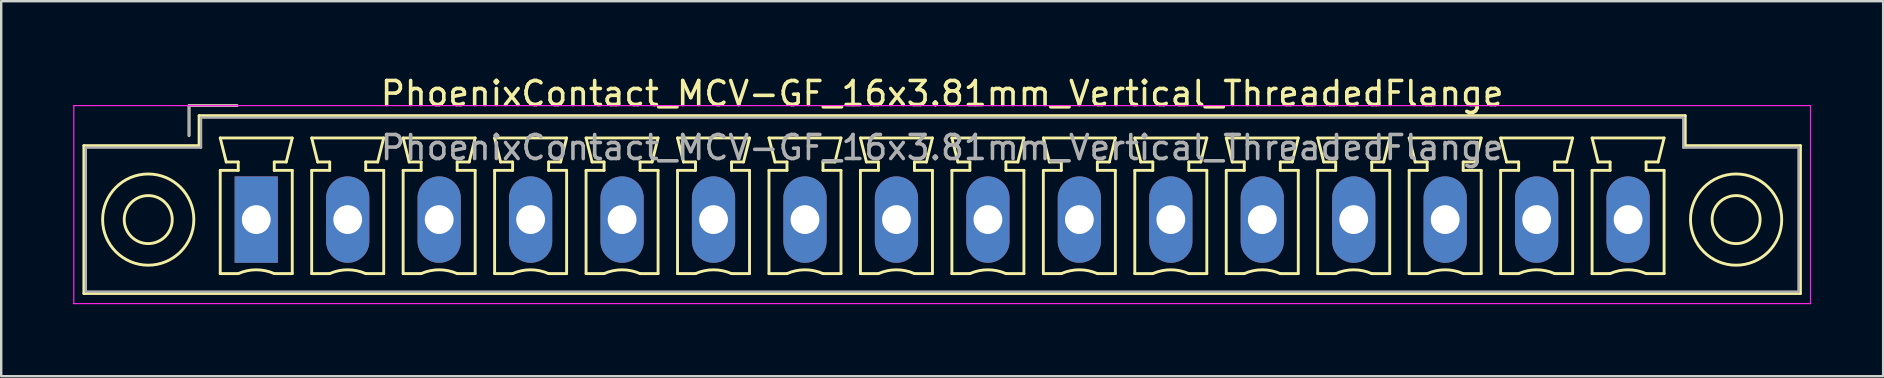
<source format=kicad_pcb>
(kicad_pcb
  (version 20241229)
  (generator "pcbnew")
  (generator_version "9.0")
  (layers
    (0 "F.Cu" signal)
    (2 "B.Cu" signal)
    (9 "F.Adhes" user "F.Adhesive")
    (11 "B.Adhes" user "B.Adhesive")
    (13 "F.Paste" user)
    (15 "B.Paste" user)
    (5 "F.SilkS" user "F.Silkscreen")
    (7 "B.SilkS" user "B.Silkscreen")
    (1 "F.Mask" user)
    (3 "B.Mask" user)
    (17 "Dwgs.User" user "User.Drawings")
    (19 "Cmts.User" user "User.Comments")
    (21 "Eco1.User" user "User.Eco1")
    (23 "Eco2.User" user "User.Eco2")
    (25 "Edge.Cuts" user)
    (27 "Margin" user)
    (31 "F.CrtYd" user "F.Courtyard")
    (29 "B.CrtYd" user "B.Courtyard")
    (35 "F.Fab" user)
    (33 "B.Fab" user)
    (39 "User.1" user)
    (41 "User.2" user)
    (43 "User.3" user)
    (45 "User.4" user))
  (footprint "PhoenixContact_MCV-GF_16x3.81mm_Vertical_ThreadedFlange"
    (layer "F.Cu")
    (at 7.625 6.098)
    (property "Reference" "PhoenixContact_MCV-GF_16x3.81mm_Vertical_ThreadedFlange" (at 28.575 -5.25 0) (layer "F.SilkS") (effects (font (size 1 1) (thickness 0.15))))
    (attr through_hole)
    (fp_line (start -7.18 -3.08) (end -7.18 3.08) (stroke (width 0.12) (type solid)) (layer "F.SilkS"))
    (fp_line (start -7.18 3.08) (end 64.33 3.08) (stroke (width 0.12) (type solid)) (layer "F.SilkS"))
    (fp_line (start -2.8 -4.75) (end -0.8 -4.75) (stroke (width 0.12) (type solid)) (layer "F.SilkS"))
    (fp_line (start -2.8 -3.5) (end -2.8 -4.75) (stroke (width 0.12) (type solid)) (layer "F.SilkS"))
    (fp_line (start -2.38 -4.33) (end -2.38 -3.08) (stroke (width 0.12) (type solid)) (layer "F.SilkS"))
    (fp_line (start -2.38 -3.08) (end -7.18 -3.08) (stroke (width 0.12) (type solid)) (layer "F.SilkS"))
    (fp_line (start -1.5 -3.4) (end 1.5 -3.4) (stroke (width 0.12) (type solid)) (layer "F.SilkS"))
    (fp_line (start -1.5 -2.05) (end -0.75 -2.05) (stroke (width 0.12) (type solid)) (layer "F.SilkS"))
    (fp_line (start -1.5 2.25) (end -1.5 -2.05) (stroke (width 0.12) (type solid)) (layer "F.SilkS"))
    (fp_line (start -1.25 -2.4) (end -1.5 -3.4) (stroke (width 0.12) (type solid)) (layer "F.SilkS"))
    (fp_line (start -0.75 -2.4) (end -1.25 -2.4) (stroke (width 0.12) (type solid)) (layer "F.SilkS"))
    (fp_line (start -0.75 -2.05) (end -0.75 -2.4) (stroke (width 0.12) (type solid)) (layer "F.SilkS"))
    (fp_line (start -0.75 2.25) (end -1.5 2.25) (stroke (width 0.12) (type solid)) (layer "F.SilkS"))
    (fp_line (start 0.75 -2.4) (end 0.75 -2.05) (stroke (width 0.12) (type solid)) (layer "F.SilkS"))
    (fp_line (start 0.75 -2.05) (end 1.5 -2.05) (stroke (width 0.12) (type solid)) (layer "F.SilkS"))
    (fp_line (start 1.25 -2.4) (end 0.75 -2.4) (stroke (width 0.12) (type solid)) (layer "F.SilkS"))
    (fp_line (start 1.5 -3.4) (end 1.25 -2.4) (stroke (width 0.12) (type solid)) (layer "F.SilkS"))
    (fp_line (start 1.5 -2.05) (end 1.5 2.25) (stroke (width 0.12) (type solid)) (layer "F.SilkS"))
    (fp_line (start 1.5 2.25) (end 0.75 2.25) (stroke (width 0.12) (type solid)) (layer "F.SilkS"))
    (fp_line (start 2.31 -3.4) (end 5.31 -3.4) (stroke (width 0.12) (type solid)) (layer "F.SilkS"))
    (fp_line (start 2.31 -2.05) (end 3.06 -2.05) (stroke (width 0.12) (type solid)) (layer "F.SilkS"))
    (fp_line (start 2.31 2.25) (end 2.31 -2.05) (stroke (width 0.12) (type solid)) (layer "F.SilkS"))
    (fp_line (start 2.56 -2.4) (end 2.31 -3.4) (stroke (width 0.12) (type solid)) (layer "F.SilkS"))
    (fp_line (start 3.06 -2.4) (end 2.56 -2.4) (stroke (width 0.12) (type solid)) (layer "F.SilkS"))
    (fp_line (start 3.06 -2.05) (end 3.06 -2.4) (stroke (width 0.12) (type solid)) (layer "F.SilkS"))
    (fp_line (start 3.06 2.25) (end 2.31 2.25) (stroke (width 0.12) (type solid)) (layer "F.SilkS"))
    (fp_line (start 4.56 -2.4) (end 4.56 -2.05) (stroke (width 0.12) (type solid)) (layer "F.SilkS"))
    (fp_line (start 4.56 -2.05) (end 5.31 -2.05) (stroke (width 0.12) (type solid)) (layer "F.SilkS"))
    (fp_line (start 5.06 -2.4) (end 4.56 -2.4) (stroke (width 0.12) (type solid)) (layer "F.SilkS"))
    (fp_line (start 5.31 -3.4) (end 5.06 -2.4) (stroke (width 0.12) (type solid)) (layer "F.SilkS"))
    (fp_line (start 5.31 -2.05) (end 5.31 2.25) (stroke (width 0.12) (type solid)) (layer "F.SilkS"))
    (fp_line (start 5.31 2.25) (end 4.56 2.25) (stroke (width 0.12) (type solid)) (layer "F.SilkS"))
    (fp_line (start 6.12 -3.4) (end 9.12 -3.4) (stroke (width 0.12) (type solid)) (layer "F.SilkS"))
    (fp_line (start 6.12 -2.05) (end 6.87 -2.05) (stroke (width 0.12) (type solid)) (layer "F.SilkS"))
    (fp_line (start 6.12 2.25) (end 6.12 -2.05) (stroke (width 0.12) (type solid)) (layer "F.SilkS"))
    (fp_line (start 6.37 -2.4) (end 6.12 -3.4) (stroke (width 0.12) (type solid)) (layer "F.SilkS"))
    (fp_line (start 6.87 -2.4) (end 6.37 -2.4) (stroke (width 0.12) (type solid)) (layer "F.SilkS"))
    (fp_line (start 6.87 -2.05) (end 6.87 -2.4) (stroke (width 0.12) (type solid)) (layer "F.SilkS"))
    (fp_line (start 6.87 2.25) (end 6.12 2.25) (stroke (width 0.12) (type solid)) (layer "F.SilkS"))
    (fp_line (start 8.37 -2.4) (end 8.37 -2.05) (stroke (width 0.12) (type solid)) (layer "F.SilkS"))
    (fp_line (start 8.37 -2.05) (end 9.12 -2.05) (stroke (width 0.12) (type solid)) (layer "F.SilkS"))
    (fp_line (start 8.87 -2.4) (end 8.37 -2.4) (stroke (width 0.12) (type solid)) (layer "F.SilkS"))
    (fp_line (start 9.12 -3.4) (end 8.87 -2.4) (stroke (width 0.12) (type solid)) (layer "F.SilkS"))
    (fp_line (start 9.12 -2.05) (end 9.12 2.25) (stroke (width 0.12) (type solid)) (layer "F.SilkS"))
    (fp_line (start 9.12 2.25) (end 8.37 2.25) (stroke (width 0.12) (type solid)) (layer "F.SilkS"))
    (fp_line (start 9.93 -3.4) (end 12.93 -3.4) (stroke (width 0.12) (type solid)) (layer "F.SilkS"))
    (fp_line (start 9.93 -2.05) (end 10.68 -2.05) (stroke (width 0.12) (type solid)) (layer "F.SilkS"))
    (fp_line (start 9.93 2.25) (end 9.93 -2.05) (stroke (width 0.12) (type solid)) (layer "F.SilkS"))
    (fp_line (start 10.18 -2.4) (end 9.93 -3.4) (stroke (width 0.12) (type solid)) (layer "F.SilkS"))
    (fp_line (start 10.68 -2.4) (end 10.18 -2.4) (stroke (width 0.12) (type solid)) (layer "F.SilkS"))
    (fp_line (start 10.68 -2.05) (end 10.68 -2.4) (stroke (width 0.12) (type solid)) (layer "F.SilkS"))
    (fp_line (start 10.68 2.25) (end 9.93 2.25) (stroke (width 0.12) (type solid)) (layer "F.SilkS"))
    (fp_line (start 12.18 -2.4) (end 12.18 -2.05) (stroke (width 0.12) (type solid)) (layer "F.SilkS"))
    (fp_line (start 12.18 -2.05) (end 12.93 -2.05) (stroke (width 0.12) (type solid)) (layer "F.SilkS"))
    (fp_line (start 12.68 -2.4) (end 12.18 -2.4) (stroke (width 0.12) (type solid)) (layer "F.SilkS"))
    (fp_line (start 12.93 -3.4) (end 12.68 -2.4) (stroke (width 0.12) (type solid)) (layer "F.SilkS"))
    (fp_line (start 12.93 -2.05) (end 12.93 2.25) (stroke (width 0.12) (type solid)) (layer "F.SilkS"))
    (fp_line (start 12.93 2.25) (end 12.18 2.25) (stroke (width 0.12) (type solid)) (layer "F.SilkS"))
    (fp_line (start 13.74 -3.4) (end 16.74 -3.4) (stroke (width 0.12) (type solid)) (layer "F.SilkS"))
    (fp_line (start 13.74 -2.05) (end 14.49 -2.05) (stroke (width 0.12) (type solid)) (layer "F.SilkS"))
    (fp_line (start 13.74 2.25) (end 13.74 -2.05) (stroke (width 0.12) (type solid)) (layer "F.SilkS"))
    (fp_line (start 13.99 -2.4) (end 13.74 -3.4) (stroke (width 0.12) (type solid)) (layer "F.SilkS"))
    (fp_line (start 14.49 -2.4) (end 13.99 -2.4) (stroke (width 0.12) (type solid)) (layer "F.SilkS"))
    (fp_line (start 14.49 -2.05) (end 14.49 -2.4) (stroke (width 0.12) (type solid)) (layer "F.SilkS"))
    (fp_line (start 14.49 2.25) (end 13.74 2.25) (stroke (width 0.12) (type solid)) (layer "F.SilkS"))
    (fp_line (start 15.99 -2.4) (end 15.99 -2.05) (stroke (width 0.12) (type solid)) (layer "F.SilkS"))
    (fp_line (start 15.99 -2.05) (end 16.74 -2.05) (stroke (width 0.12) (type solid)) (layer "F.SilkS"))
    (fp_line (start 16.49 -2.4) (end 15.99 -2.4) (stroke (width 0.12) (type solid)) (layer "F.SilkS"))
    (fp_line (start 16.74 -3.4) (end 16.49 -2.4) (stroke (width 0.12) (type solid)) (layer "F.SilkS"))
    (fp_line (start 16.74 -2.05) (end 16.74 2.25) (stroke (width 0.12) (type solid)) (layer "F.SilkS"))
    (fp_line (start 16.74 2.25) (end 15.99 2.25) (stroke (width 0.12) (type solid)) (layer "F.SilkS"))
    (fp_line (start 17.55 -3.4) (end 20.55 -3.4) (stroke (width 0.12) (type solid)) (layer "F.SilkS"))
    (fp_line (start 17.55 -2.05) (end 18.3 -2.05) (stroke (width 0.12) (type solid)) (layer "F.SilkS"))
    (fp_line (start 17.55 2.25) (end 17.55 -2.05) (stroke (width 0.12) (type solid)) (layer "F.SilkS"))
    (fp_line (start 17.8 -2.4) (end 17.55 -3.4) (stroke (width 0.12) (type solid)) (layer "F.SilkS"))
    (fp_line (start 18.3 -2.4) (end 17.8 -2.4) (stroke (width 0.12) (type solid)) (layer "F.SilkS"))
    (fp_line (start 18.3 -2.05) (end 18.3 -2.4) (stroke (width 0.12) (type solid)) (layer "F.SilkS"))
    (fp_line (start 18.3 2.25) (end 17.55 2.25) (stroke (width 0.12) (type solid)) (layer "F.SilkS"))
    (fp_line (start 19.8 -2.4) (end 19.8 -2.05) (stroke (width 0.12) (type solid)) (layer "F.SilkS"))
    (fp_line (start 19.8 -2.05) (end 20.55 -2.05) (stroke (width 0.12) (type solid)) (layer "F.SilkS"))
    (fp_line (start 20.3 -2.4) (end 19.8 -2.4) (stroke (width 0.12) (type solid)) (layer "F.SilkS"))
    (fp_line (start 20.55 -3.4) (end 20.3 -2.4) (stroke (width 0.12) (type solid)) (layer "F.SilkS"))
    (fp_line (start 20.55 -2.05) (end 20.55 2.25) (stroke (width 0.12) (type solid)) (layer "F.SilkS"))
    (fp_line (start 20.55 2.25) (end 19.8 2.25) (stroke (width 0.12) (type solid)) (layer "F.SilkS"))
    (fp_line (start 21.36 -3.4) (end 24.36 -3.4) (stroke (width 0.12) (type solid)) (layer "F.SilkS"))
    (fp_line (start 21.36 -2.05) (end 22.11 -2.05) (stroke (width 0.12) (type solid)) (layer "F.SilkS"))
    (fp_line (start 21.36 2.25) (end 21.36 -2.05) (stroke (width 0.12) (type solid)) (layer "F.SilkS"))
    (fp_line (start 21.61 -2.4) (end 21.36 -3.4) (stroke (width 0.12) (type solid)) (layer "F.SilkS"))
    (fp_line (start 22.11 -2.4) (end 21.61 -2.4) (stroke (width 0.12) (type solid)) (layer "F.SilkS"))
    (fp_line (start 22.11 -2.05) (end 22.11 -2.4) (stroke (width 0.12) (type solid)) (layer "F.SilkS"))
    (fp_line (start 22.11 2.25) (end 21.36 2.25) (stroke (width 0.12) (type solid)) (layer "F.SilkS"))
    (fp_line (start 23.61 -2.4) (end 23.61 -2.05) (stroke (width 0.12) (type solid)) (layer "F.SilkS"))
    (fp_line (start 23.61 -2.05) (end 24.36 -2.05) (stroke (width 0.12) (type solid)) (layer "F.SilkS"))
    (fp_line (start 24.11 -2.4) (end 23.61 -2.4) (stroke (width 0.12) (type solid)) (layer "F.SilkS"))
    (fp_line (start 24.36 -3.4) (end 24.11 -2.4) (stroke (width 0.12) (type solid)) (layer "F.SilkS"))
    (fp_line (start 24.36 -2.05) (end 24.36 2.25) (stroke (width 0.12) (type solid)) (layer "F.SilkS"))
    (fp_line (start 24.36 2.25) (end 23.61 2.25) (stroke (width 0.12) (type solid)) (layer "F.SilkS"))
    (fp_line (start 25.17 -3.4) (end 28.17 -3.4) (stroke (width 0.12) (type solid)) (layer "F.SilkS"))
    (fp_line (start 25.17 -2.05) (end 25.92 -2.05) (stroke (width 0.12) (type solid)) (layer "F.SilkS"))
    (fp_line (start 25.17 2.25) (end 25.17 -2.05) (stroke (width 0.12) (type solid)) (layer "F.SilkS"))
    (fp_line (start 25.42 -2.4) (end 25.17 -3.4) (stroke (width 0.12) (type solid)) (layer "F.SilkS"))
    (fp_line (start 25.92 -2.4) (end 25.42 -2.4) (stroke (width 0.12) (type solid)) (layer "F.SilkS"))
    (fp_line (start 25.92 -2.05) (end 25.92 -2.4) (stroke (width 0.12) (type solid)) (layer "F.SilkS"))
    (fp_line (start 25.92 2.25) (end 25.17 2.25) (stroke (width 0.12) (type solid)) (layer "F.SilkS"))
    (fp_line (start 27.42 -2.4) (end 27.42 -2.05) (stroke (width 0.12) (type solid)) (layer "F.SilkS"))
    (fp_line (start 27.42 -2.05) (end 28.17 -2.05) (stroke (width 0.12) (type solid)) (layer "F.SilkS"))
    (fp_line (start 27.92 -2.4) (end 27.42 -2.4) (stroke (width 0.12) (type solid)) (layer "F.SilkS"))
    (fp_line (start 28.17 -3.4) (end 27.92 -2.4) (stroke (width 0.12) (type solid)) (layer "F.SilkS"))
    (fp_line (start 28.17 -2.05) (end 28.17 2.25) (stroke (width 0.12) (type solid)) (layer "F.SilkS"))
    (fp_line (start 28.17 2.25) (end 27.42 2.25) (stroke (width 0.12) (type solid)) (layer "F.SilkS"))
    (fp_line (start 28.98 -3.4) (end 31.98 -3.4) (stroke (width 0.12) (type solid)) (layer "F.SilkS"))
    (fp_line (start 28.98 -2.05) (end 29.73 -2.05) (stroke (width 0.12) (type solid)) (layer "F.SilkS"))
    (fp_line (start 28.98 2.25) (end 28.98 -2.05) (stroke (width 0.12) (type solid)) (layer "F.SilkS"))
    (fp_line (start 29.23 -2.4) (end 28.98 -3.4) (stroke (width 0.12) (type solid)) (layer "F.SilkS"))
    (fp_line (start 29.73 -2.4) (end 29.23 -2.4) (stroke (width 0.12) (type solid)) (layer "F.SilkS"))
    (fp_line (start 29.73 -2.05) (end 29.73 -2.4) (stroke (width 0.12) (type solid)) (layer "F.SilkS"))
    (fp_line (start 29.73 2.25) (end 28.98 2.25) (stroke (width 0.12) (type solid)) (layer "F.SilkS"))
    (fp_line (start 31.23 -2.4) (end 31.23 -2.05) (stroke (width 0.12) (type solid)) (layer "F.SilkS"))
    (fp_line (start 31.23 -2.05) (end 31.98 -2.05) (stroke (width 0.12) (type solid)) (layer "F.SilkS"))
    (fp_line (start 31.73 -2.4) (end 31.23 -2.4) (stroke (width 0.12) (type solid)) (layer "F.SilkS"))
    (fp_line (start 31.98 -3.4) (end 31.73 -2.4) (stroke (width 0.12) (type solid)) (layer "F.SilkS"))
    (fp_line (start 31.98 -2.05) (end 31.98 2.25) (stroke (width 0.12) (type solid)) (layer "F.SilkS"))
    (fp_line (start 31.98 2.25) (end 31.23 2.25) (stroke (width 0.12) (type solid)) (layer "F.SilkS"))
    (fp_line (start 32.79 -3.4) (end 35.79 -3.4) (stroke (width 0.12) (type solid)) (layer "F.SilkS"))
    (fp_line (start 32.79 -2.05) (end 33.54 -2.05) (stroke (width 0.12) (type solid)) (layer "F.SilkS"))
    (fp_line (start 32.79 2.25) (end 32.79 -2.05) (stroke (width 0.12) (type solid)) (layer "F.SilkS"))
    (fp_line (start 33.04 -2.4) (end 32.79 -3.4) (stroke (width 0.12) (type solid)) (layer "F.SilkS"))
    (fp_line (start 33.54 -2.4) (end 33.04 -2.4) (stroke (width 0.12) (type solid)) (layer "F.SilkS"))
    (fp_line (start 33.54 -2.05) (end 33.54 -2.4) (stroke (width 0.12) (type solid)) (layer "F.SilkS"))
    (fp_line (start 33.54 2.25) (end 32.79 2.25) (stroke (width 0.12) (type solid)) (layer "F.SilkS"))
    (fp_line (start 35.04 -2.4) (end 35.04 -2.05) (stroke (width 0.12) (type solid)) (layer "F.SilkS"))
    (fp_line (start 35.04 -2.05) (end 35.79 -2.05) (stroke (width 0.12) (type solid)) (layer "F.SilkS"))
    (fp_line (start 35.54 -2.4) (end 35.04 -2.4) (stroke (width 0.12) (type solid)) (layer "F.SilkS"))
    (fp_line (start 35.79 -3.4) (end 35.54 -2.4) (stroke (width 0.12) (type solid)) (layer "F.SilkS"))
    (fp_line (start 35.79 -2.05) (end 35.79 2.25) (stroke (width 0.12) (type solid)) (layer "F.SilkS"))
    (fp_line (start 35.79 2.25) (end 35.04 2.25) (stroke (width 0.12) (type solid)) (layer "F.SilkS"))
    (fp_line (start 36.6 -3.4) (end 39.6 -3.4) (stroke (width 0.12) (type solid)) (layer "F.SilkS"))
    (fp_line (start 36.6 -2.05) (end 37.35 -2.05) (stroke (width 0.12) (type solid)) (layer "F.SilkS"))
    (fp_line (start 36.6 2.25) (end 36.6 -2.05) (stroke (width 0.12) (type solid)) (layer "F.SilkS"))
    (fp_line (start 36.85 -2.4) (end 36.6 -3.4) (stroke (width 0.12) (type solid)) (layer "F.SilkS"))
    (fp_line (start 37.35 -2.4) (end 36.85 -2.4) (stroke (width 0.12) (type solid)) (layer "F.SilkS"))
    (fp_line (start 37.35 -2.05) (end 37.35 -2.4) (stroke (width 0.12) (type solid)) (layer "F.SilkS"))
    (fp_line (start 37.35 2.25) (end 36.6 2.25) (stroke (width 0.12) (type solid)) (layer "F.SilkS"))
    (fp_line (start 38.85 -2.4) (end 38.85 -2.05) (stroke (width 0.12) (type solid)) (layer "F.SilkS"))
    (fp_line (start 38.85 -2.05) (end 39.6 -2.05) (stroke (width 0.12) (type solid)) (layer "F.SilkS"))
    (fp_line (start 39.35 -2.4) (end 38.85 -2.4) (stroke (width 0.12) (type solid)) (layer "F.SilkS"))
    (fp_line (start 39.6 -3.4) (end 39.35 -2.4) (stroke (width 0.12) (type solid)) (layer "F.SilkS"))
    (fp_line (start 39.6 -2.05) (end 39.6 2.25) (stroke (width 0.12) (type solid)) (layer "F.SilkS"))
    (fp_line (start 39.6 2.25) (end 38.85 2.25) (stroke (width 0.12) (type solid)) (layer "F.SilkS"))
    (fp_line (start 40.41 -3.4) (end 43.41 -3.4) (stroke (width 0.12) (type solid)) (layer "F.SilkS"))
    (fp_line (start 40.41 -2.05) (end 41.16 -2.05) (stroke (width 0.12) (type solid)) (layer "F.SilkS"))
    (fp_line (start 40.41 2.25) (end 40.41 -2.05) (stroke (width 0.12) (type solid)) (layer "F.SilkS"))
    (fp_line (start 40.66 -2.4) (end 40.41 -3.4) (stroke (width 0.12) (type solid)) (layer "F.SilkS"))
    (fp_line (start 41.16 -2.4) (end 40.66 -2.4) (stroke (width 0.12) (type solid)) (layer "F.SilkS"))
    (fp_line (start 41.16 -2.05) (end 41.16 -2.4) (stroke (width 0.12) (type solid)) (layer "F.SilkS"))
    (fp_line (start 41.16 2.25) (end 40.41 2.25) (stroke (width 0.12) (type solid)) (layer "F.SilkS"))
    (fp_line (start 42.66 -2.4) (end 42.66 -2.05) (stroke (width 0.12) (type solid)) (layer "F.SilkS"))
    (fp_line (start 42.66 -2.05) (end 43.41 -2.05) (stroke (width 0.12) (type solid)) (layer "F.SilkS"))
    (fp_line (start 43.16 -2.4) (end 42.66 -2.4) (stroke (width 0.12) (type solid)) (layer "F.SilkS"))
    (fp_line (start 43.41 -3.4) (end 43.16 -2.4) (stroke (width 0.12) (type solid)) (layer "F.SilkS"))
    (fp_line (start 43.41 -2.05) (end 43.41 2.25) (stroke (width 0.12) (type solid)) (layer "F.SilkS"))
    (fp_line (start 43.41 2.25) (end 42.66 2.25) (stroke (width 0.12) (type solid)) (layer "F.SilkS"))
    (fp_line (start 44.22 -3.4) (end 47.22 -3.4) (stroke (width 0.12) (type solid)) (layer "F.SilkS"))
    (fp_line (start 44.22 -2.05) (end 44.97 -2.05) (stroke (width 0.12) (type solid)) (layer "F.SilkS"))
    (fp_line (start 44.22 2.25) (end 44.22 -2.05) (stroke (width 0.12) (type solid)) (layer "F.SilkS"))
    (fp_line (start 44.47 -2.4) (end 44.22 -3.4) (stroke (width 0.12) (type solid)) (layer "F.SilkS"))
    (fp_line (start 44.97 -2.4) (end 44.47 -2.4) (stroke (width 0.12) (type solid)) (layer "F.SilkS"))
    (fp_line (start 44.97 -2.05) (end 44.97 -2.4) (stroke (width 0.12) (type solid)) (layer "F.SilkS"))
    (fp_line (start 44.97 2.25) (end 44.22 2.25) (stroke (width 0.12) (type solid)) (layer "F.SilkS"))
    (fp_line (start 46.47 -2.4) (end 46.47 -2.05) (stroke (width 0.12) (type solid)) (layer "F.SilkS"))
    (fp_line (start 46.47 -2.05) (end 47.22 -2.05) (stroke (width 0.12) (type solid)) (layer "F.SilkS"))
    (fp_line (start 46.97 -2.4) (end 46.47 -2.4) (stroke (width 0.12) (type solid)) (layer "F.SilkS"))
    (fp_line (start 47.22 -3.4) (end 46.97 -2.4) (stroke (width 0.12) (type solid)) (layer "F.SilkS"))
    (fp_line (start 47.22 -2.05) (end 47.22 2.25) (stroke (width 0.12) (type solid)) (layer "F.SilkS"))
    (fp_line (start 47.22 2.25) (end 46.47 2.25) (stroke (width 0.12) (type solid)) (layer "F.SilkS"))
    (fp_line (start 48.03 -3.4) (end 51.03 -3.4) (stroke (width 0.12) (type solid)) (layer "F.SilkS"))
    (fp_line (start 48.03 -2.05) (end 48.78 -2.05) (stroke (width 0.12) (type solid)) (layer "F.SilkS"))
    (fp_line (start 48.03 2.25) (end 48.03 -2.05) (stroke (width 0.12) (type solid)) (layer "F.SilkS"))
    (fp_line (start 48.28 -2.4) (end 48.03 -3.4) (stroke (width 0.12) (type solid)) (layer "F.SilkS"))
    (fp_line (start 48.78 -2.4) (end 48.28 -2.4) (stroke (width 0.12) (type solid)) (layer "F.SilkS"))
    (fp_line (start 48.78 -2.05) (end 48.78 -2.4) (stroke (width 0.12) (type solid)) (layer "F.SilkS"))
    (fp_line (start 48.78 2.25) (end 48.03 2.25) (stroke (width 0.12) (type solid)) (layer "F.SilkS"))
    (fp_line (start 50.28 -2.4) (end 50.28 -2.05) (stroke (width 0.12) (type solid)) (layer "F.SilkS"))
    (fp_line (start 50.28 -2.05) (end 51.03 -2.05) (stroke (width 0.12) (type solid)) (layer "F.SilkS"))
    (fp_line (start 50.78 -2.4) (end 50.28 -2.4) (stroke (width 0.12) (type solid)) (layer "F.SilkS"))
    (fp_line (start 51.03 -3.4) (end 50.78 -2.4) (stroke (width 0.12) (type solid)) (layer "F.SilkS"))
    (fp_line (start 51.03 -2.05) (end 51.03 2.25) (stroke (width 0.12) (type solid)) (layer "F.SilkS"))
    (fp_line (start 51.03 2.25) (end 50.28 2.25) (stroke (width 0.12) (type solid)) (layer "F.SilkS"))
    (fp_line (start 51.84 -3.4) (end 54.84 -3.4) (stroke (width 0.12) (type solid)) (layer "F.SilkS"))
    (fp_line (start 51.84 -2.05) (end 52.59 -2.05) (stroke (width 0.12) (type solid)) (layer "F.SilkS"))
    (fp_line (start 51.84 2.25) (end 51.84 -2.05) (stroke (width 0.12) (type solid)) (layer "F.SilkS"))
    (fp_line (start 52.09 -2.4) (end 51.84 -3.4) (stroke (width 0.12) (type solid)) (layer "F.SilkS"))
    (fp_line (start 52.59 -2.4) (end 52.09 -2.4) (stroke (width 0.12) (type solid)) (layer "F.SilkS"))
    (fp_line (start 52.59 -2.05) (end 52.59 -2.4) (stroke (width 0.12) (type solid)) (layer "F.SilkS"))
    (fp_line (start 52.59 2.25) (end 51.84 2.25) (stroke (width 0.12) (type solid)) (layer "F.SilkS"))
    (fp_line (start 54.09 -2.4) (end 54.09 -2.05) (stroke (width 0.12) (type solid)) (layer "F.SilkS"))
    (fp_line (start 54.09 -2.05) (end 54.84 -2.05) (stroke (width 0.12) (type solid)) (layer "F.SilkS"))
    (fp_line (start 54.59 -2.4) (end 54.09 -2.4) (stroke (width 0.12) (type solid)) (layer "F.SilkS"))
    (fp_line (start 54.84 -3.4) (end 54.59 -2.4) (stroke (width 0.12) (type solid)) (layer "F.SilkS"))
    (fp_line (start 54.84 -2.05) (end 54.84 2.25) (stroke (width 0.12) (type solid)) (layer "F.SilkS"))
    (fp_line (start 54.84 2.25) (end 54.09 2.25) (stroke (width 0.12) (type solid)) (layer "F.SilkS"))
    (fp_line (start 55.65 -3.4) (end 58.65 -3.4) (stroke (width 0.12) (type solid)) (layer "F.SilkS"))
    (fp_line (start 55.65 -2.05) (end 56.4 -2.05) (stroke (width 0.12) (type solid)) (layer "F.SilkS"))
    (fp_line (start 55.65 2.25) (end 55.65 -2.05) (stroke (width 0.12) (type solid)) (layer "F.SilkS"))
    (fp_line (start 55.9 -2.4) (end 55.65 -3.4) (stroke (width 0.12) (type solid)) (layer "F.SilkS"))
    (fp_line (start 56.4 -2.4) (end 55.9 -2.4) (stroke (width 0.12) (type solid)) (layer "F.SilkS"))
    (fp_line (start 56.4 -2.05) (end 56.4 -2.4) (stroke (width 0.12) (type solid)) (layer "F.SilkS"))
    (fp_line (start 56.4 2.25) (end 55.65 2.25) (stroke (width 0.12) (type solid)) (layer "F.SilkS"))
    (fp_line (start 57.9 -2.4) (end 57.9 -2.05) (stroke (width 0.12) (type solid)) (layer "F.SilkS"))
    (fp_line (start 57.9 -2.05) (end 58.65 -2.05) (stroke (width 0.12) (type solid)) (layer "F.SilkS"))
    (fp_line (start 58.4 -2.4) (end 57.9 -2.4) (stroke (width 0.12) (type solid)) (layer "F.SilkS"))
    (fp_line (start 58.65 -3.4) (end 58.4 -2.4) (stroke (width 0.12) (type solid)) (layer "F.SilkS"))
    (fp_line (start 58.65 -2.05) (end 58.65 2.25) (stroke (width 0.12) (type solid)) (layer "F.SilkS"))
    (fp_line (start 58.65 2.25) (end 57.9 2.25) (stroke (width 0.12) (type solid)) (layer "F.SilkS"))
    (fp_line (start 59.53 -4.33) (end -2.38 -4.33) (stroke (width 0.12) (type solid)) (layer "F.SilkS"))
    (fp_line (start 59.53 -3.08) (end 59.53 -4.33) (stroke (width 0.12) (type solid)) (layer "F.SilkS"))
    (fp_line (start 64.33 -3.08) (end 59.53 -3.08) (stroke (width 0.12) (type solid)) (layer "F.SilkS"))
    (fp_line (start 64.33 3.08) (end 64.33 -3.08) (stroke (width 0.12) (type solid)) (layer "F.SilkS"))
    (fp_arc (start -0.75 2.25) (mid -0.000193 2.09191) (end 0.749647 2.249844) (stroke (width 0.12) (type solid)) (layer "F.SilkS"))
    (fp_arc (start 3.06 2.25) (mid 3.809807 2.09191) (end 4.559647 2.249844) (stroke (width 0.12) (type solid)) (layer "F.SilkS"))
    (fp_arc (start 6.87 2.25) (mid 7.619807 2.09191) (end 8.369647 2.249844) (stroke (width 0.12) (type solid)) (layer "F.SilkS"))
    (fp_arc (start 10.68 2.25) (mid 11.429807 2.09191) (end 12.179647 2.249844) (stroke (width 0.12) (type solid)) (layer "F.SilkS"))
    (fp_arc (start 14.49 2.25) (mid 15.239807 2.09191) (end 15.989647 2.249844) (stroke (width 0.12) (type solid)) (layer "F.SilkS"))
    (fp_arc (start 18.3 2.25) (mid 19.049807 2.09191) (end 19.799647 2.249844) (stroke (width 0.12) (type solid)) (layer "F.SilkS"))
    (fp_arc (start 22.11 2.25) (mid 22.859807 2.09191) (end 23.609647 2.249844) (stroke (width 0.12) (type solid)) (layer "F.SilkS"))
    (fp_arc (start 25.92 2.25) (mid 26.669807 2.09191) (end 27.419647 2.249844) (stroke (width 0.12) (type solid)) (layer "F.SilkS"))
    (fp_arc (start 29.73 2.25) (mid 30.479807 2.09191) (end 31.229647 2.249844) (stroke (width 0.12) (type solid)) (layer "F.SilkS"))
    (fp_arc (start 33.54 2.25) (mid 34.289807 2.09191) (end 35.039647 2.249844) (stroke (width 0.12) (type solid)) (layer "F.SilkS"))
    (fp_arc (start 37.35 2.25) (mid 38.099807 2.09191) (end 38.849647 2.249844) (stroke (width 0.12) (type solid)) (layer "F.SilkS"))
    (fp_arc (start 41.16 2.25) (mid 41.909807 2.09191) (end 42.659647 2.249844) (stroke (width 0.12) (type solid)) (layer "F.SilkS"))
    (fp_arc (start 44.97 2.25) (mid 45.719807 2.09191) (end 46.469647 2.249844) (stroke (width 0.12) (type solid)) (layer "F.SilkS"))
    (fp_arc (start 48.78 2.25) (mid 49.529807 2.09191) (end 50.279647 2.249844) (stroke (width 0.12) (type solid)) (layer "F.SilkS"))
    (fp_arc (start 52.59 2.25) (mid 53.339807 2.09191) (end 54.089647 2.249844) (stroke (width 0.12) (type solid)) (layer "F.SilkS"))
    (fp_arc (start 56.4 2.25) (mid 57.149807 2.09191) (end 57.899647 2.249844) (stroke (width 0.12) (type solid)) (layer "F.SilkS"))
    (fp_circle (center -4.5 0) (end -3.5 0) (stroke (width 0.12) (type solid)) (fill no) (layer "F.SilkS"))
    (fp_circle (center -4.5 0) (end -2.6 0) (stroke (width 0.12) (type solid)) (fill no) (layer "F.SilkS"))
    (fp_circle (center 61.65 0) (end 62.65 0) (stroke (width 0.12) (type solid)) (fill no) (layer "F.SilkS"))
    (fp_circle (center 61.65 0) (end 63.55 0) (stroke (width 0.12) (type solid)) (fill no) (layer "F.SilkS"))
    (fp_line (start -7.6 -4.75) (end -7.6 3.5) (stroke (width 0.05) (type solid)) (layer "F.CrtYd"))
    (fp_line (start -7.6 3.5) (end 64.75 3.5) (stroke (width 0.05) (type solid)) (layer "F.CrtYd"))
    (fp_line (start 64.75 -4.75) (end -7.6 -4.75) (stroke (width 0.05) (type solid)) (layer "F.CrtYd"))
    (fp_line (start 64.75 3.5) (end 64.75 -4.75) (stroke (width 0.05) (type solid)) (layer "F.CrtYd"))
    (fp_line (start -7.1 -3) (end -7.1 3) (stroke (width 0.1) (type solid)) (layer "F.Fab"))
    (fp_line (start -7.1 3) (end 64.25 3) (stroke (width 0.1) (type solid)) (layer "F.Fab"))
    (fp_line (start -2.8 -4.75) (end -0.8 -4.75) (stroke (width 0.1) (type solid)) (layer "F.Fab"))
    (fp_line (start -2.8 -3.5) (end -2.8 -4.75) (stroke (width 0.1) (type solid)) (layer "F.Fab"))
    (fp_line (start -2.3 -4.25) (end -2.3 -3) (stroke (width 0.1) (type solid)) (layer "F.Fab"))
    (fp_line (start -2.3 -3) (end -7.1 -3) (stroke (width 0.1) (type solid)) (layer "F.Fab"))
    (fp_line (start 59.45 -4.25) (end -2.3 -4.25) (stroke (width 0.1) (type solid)) (layer "F.Fab"))
    (fp_line (start 59.45 -3) (end 59.45 -4.25) (stroke (width 0.1) (type solid)) (layer "F.Fab"))
    (fp_line (start 64.25 -3) (end 59.45 -3) (stroke (width 0.1) (type solid)) (layer "F.Fab"))
    (fp_line (start 64.25 3) (end 64.25 -3) (stroke (width 0.1) (type solid)) (layer "F.Fab"))
    (fp_text user "${REFERENCE}" (at 28.575 -3 0) (layer "F.Fab") (effects (font (size 1 1) (thickness 0.15))))
    (pad "1" thru_hole rect (at 0 0) (size 1.8 3.6) (drill 1.2) (layers "*.Cu" "*.Mask"))
    (pad "2" thru_hole oval (at 3.81 0) (size 1.8 3.6) (drill 1.2) (layers "*.Cu" "*.Mask"))
    (pad "3" thru_hole oval (at 7.62 0) (size 1.8 3.6) (drill 1.2) (layers "*.Cu" "*.Mask"))
    (pad "4" thru_hole oval (at 11.43 0) (size 1.8 3.6) (drill 1.2) (layers "*.Cu" "*.Mask"))
    (pad "5" thru_hole oval (at 15.24 0) (size 1.8 3.6) (drill 1.2) (layers "*.Cu" "*.Mask"))
    (pad "6" thru_hole oval (at 19.05 0) (size 1.8 3.6) (drill 1.2) (layers "*.Cu" "*.Mask"))
    (pad "7" thru_hole oval (at 22.86 0) (size 1.8 3.6) (drill 1.2) (layers "*.Cu" "*.Mask"))
    (pad "8" thru_hole oval (at 26.67 0) (size 1.8 3.6) (drill 1.2) (layers "*.Cu" "*.Mask"))
    (pad "9" thru_hole oval (at 30.48 0) (size 1.8 3.6) (drill 1.2) (layers "*.Cu" "*.Mask"))
    (pad "10" thru_hole oval (at 34.29 0) (size 1.8 3.6) (drill 1.2) (layers "*.Cu" "*.Mask"))
    (pad "11" thru_hole oval (at 38.1 0) (size 1.8 3.6) (drill 1.2) (layers "*.Cu" "*.Mask"))
    (pad "12" thru_hole oval (at 41.91 0) (size 1.8 3.6) (drill 1.2) (layers "*.Cu" "*.Mask"))
    (pad "13" thru_hole oval (at 45.72 0) (size 1.8 3.6) (drill 1.2) (layers "*.Cu" "*.Mask"))
    (pad "14" thru_hole oval (at 49.53 0) (size 1.8 3.6) (drill 1.2) (layers "*.Cu" "*.Mask"))
    (pad "15" thru_hole oval (at 53.34 0) (size 1.8 3.6) (drill 1.2) (layers "*.Cu" "*.Mask"))
    (pad "16" thru_hole oval (at 57.15 0) (size 1.8 3.6) (drill 1.2) (layers "*.Cu" "*.Mask")))
  (gr_rect
    (start -3 -3)
    (end 75.4 12.623)
    (stroke (width 0.1) (type default))
    (fill no)
    (layer "Edge.Cuts")))
</source>
